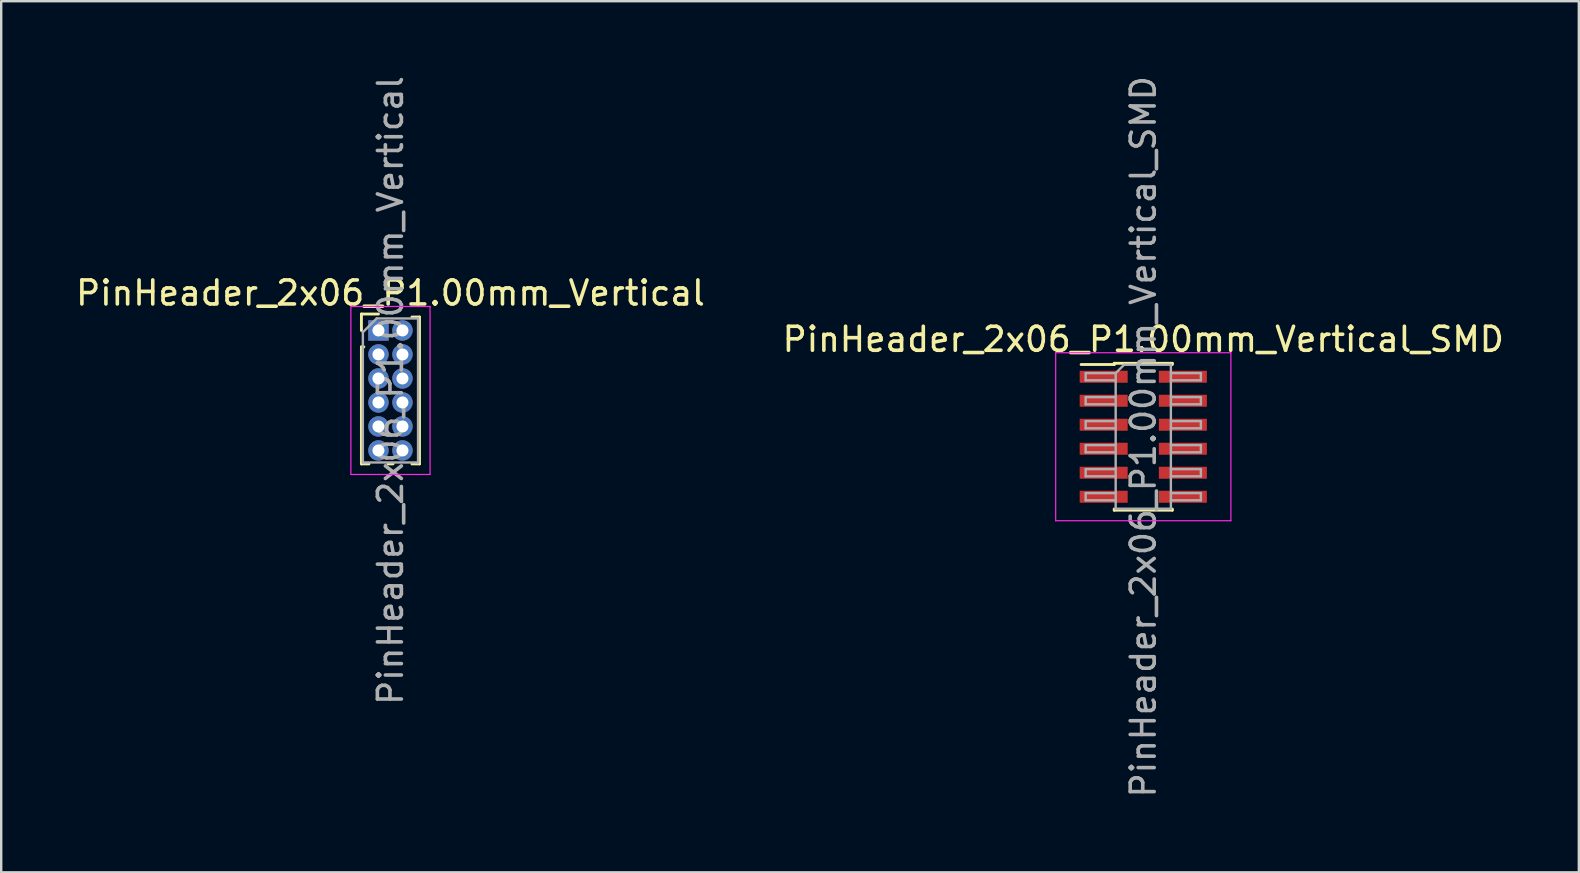
<source format=kicad_pcb>
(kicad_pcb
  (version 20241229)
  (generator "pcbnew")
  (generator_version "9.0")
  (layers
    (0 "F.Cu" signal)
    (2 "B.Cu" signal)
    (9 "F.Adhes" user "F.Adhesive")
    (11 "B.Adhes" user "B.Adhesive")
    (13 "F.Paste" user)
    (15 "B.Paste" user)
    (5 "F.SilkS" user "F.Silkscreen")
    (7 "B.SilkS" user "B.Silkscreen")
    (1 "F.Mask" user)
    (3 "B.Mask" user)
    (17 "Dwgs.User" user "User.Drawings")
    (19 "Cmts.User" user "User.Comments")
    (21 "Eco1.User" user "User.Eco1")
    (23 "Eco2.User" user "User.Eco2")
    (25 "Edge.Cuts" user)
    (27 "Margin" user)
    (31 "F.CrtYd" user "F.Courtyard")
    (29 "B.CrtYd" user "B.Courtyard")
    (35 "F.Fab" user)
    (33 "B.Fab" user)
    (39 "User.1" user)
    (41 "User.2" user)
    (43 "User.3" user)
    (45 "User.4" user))
  (footprint "PinHeader_2x06_P1.00mm_Vertical_SMD"
    (layer "F.Cu")
    (at 44.589 15.149)
    (property "Reference" "PinHeader_2x06_P1.00mm_Vertical_SMD" (at 0 -4.06 0) (layer "F.SilkS") (effects (font (size 1 1) (thickness 0.15))))
    (attr smd)
    (fp_line (start -2.59 -3.01) (end -1.21 -3.01) (stroke (width 0.12) (type solid)) (layer "F.SilkS"))
    (fp_line (start -1.21 -3.06) (end -1.21 -3.01) (stroke (width 0.12) (type solid)) (layer "F.SilkS"))
    (fp_line (start -1.21 -3.06) (end 1.21 -3.06) (stroke (width 0.12) (type solid)) (layer "F.SilkS"))
    (fp_line (start -1.21 3.01) (end -1.21 3.06) (stroke (width 0.12) (type solid)) (layer "F.SilkS"))
    (fp_line (start -1.21 3.06) (end 1.21 3.06) (stroke (width 0.12) (type solid)) (layer "F.SilkS"))
    (fp_line (start 1.21 -3.06) (end 1.21 -3.01) (stroke (width 0.12) (type solid)) (layer "F.SilkS"))
    (fp_line (start 1.21 3.01) (end 1.21 3.06) (stroke (width 0.12) (type solid)) (layer "F.SilkS"))
    (fp_line (start -3.65 -3.5) (end -3.65 3.5) (stroke (width 0.05) (type solid)) (layer "F.CrtYd"))
    (fp_line (start -3.65 3.5) (end 3.65 3.5) (stroke (width 0.05) (type solid)) (layer "F.CrtYd"))
    (fp_line (start 3.65 -3.5) (end -3.65 -3.5) (stroke (width 0.05) (type solid)) (layer "F.CrtYd"))
    (fp_line (start 3.65 3.5) (end 3.65 -3.5) (stroke (width 0.05) (type solid)) (layer "F.CrtYd"))
    (fp_line (start -2.4 -2.65) (end -2.4 -2.35) (stroke (width 0.1) (type solid)) (layer "F.Fab"))
    (fp_line (start -2.4 -2.35) (end -1.15 -2.35) (stroke (width 0.1) (type solid)) (layer "F.Fab"))
    (fp_line (start -2.4 -1.65) (end -2.4 -1.35) (stroke (width 0.1) (type solid)) (layer "F.Fab"))
    (fp_line (start -2.4 -1.35) (end -1.15 -1.35) (stroke (width 0.1) (type solid)) (layer "F.Fab"))
    (fp_line (start -2.4 -0.65) (end -2.4 -0.35) (stroke (width 0.1) (type solid)) (layer "F.Fab"))
    (fp_line (start -2.4 -0.35) (end -1.15 -0.35) (stroke (width 0.1) (type solid)) (layer "F.Fab"))
    (fp_line (start -2.4 0.35) (end -2.4 0.65) (stroke (width 0.1) (type solid)) (layer "F.Fab"))
    (fp_line (start -2.4 0.65) (end -1.15 0.65) (stroke (width 0.1) (type solid)) (layer "F.Fab"))
    (fp_line (start -2.4 1.35) (end -2.4 1.65) (stroke (width 0.1) (type solid)) (layer "F.Fab"))
    (fp_line (start -2.4 1.65) (end -1.15 1.65) (stroke (width 0.1) (type solid)) (layer "F.Fab"))
    (fp_line (start -2.4 2.35) (end -2.4 2.65) (stroke (width 0.1) (type solid)) (layer "F.Fab"))
    (fp_line (start -2.4 2.65) (end -1.15 2.65) (stroke (width 0.1) (type solid)) (layer "F.Fab"))
    (fp_line (start -1.15 -2.65) (end -2.4 -2.65) (stroke (width 0.1) (type solid)) (layer "F.Fab"))
    (fp_line (start -1.15 -2.65) (end -0.8 -3) (stroke (width 0.1) (type solid)) (layer "F.Fab"))
    (fp_line (start -1.15 -1.65) (end -2.4 -1.65) (stroke (width 0.1) (type solid)) (layer "F.Fab"))
    (fp_line (start -1.15 -0.65) (end -2.4 -0.65) (stroke (width 0.1) (type solid)) (layer "F.Fab"))
    (fp_line (start -1.15 0.35) (end -2.4 0.35) (stroke (width 0.1) (type solid)) (layer "F.Fab"))
    (fp_line (start -1.15 1.35) (end -2.4 1.35) (stroke (width 0.1) (type solid)) (layer "F.Fab"))
    (fp_line (start -1.15 2.35) (end -2.4 2.35) (stroke (width 0.1) (type solid)) (layer "F.Fab"))
    (fp_line (start -1.15 3) (end -1.15 -2.65) (stroke (width 0.1) (type solid)) (layer "F.Fab"))
    (fp_line (start -0.8 -3) (end 1.15 -3) (stroke (width 0.1) (type solid)) (layer "F.Fab"))
    (fp_line (start 1.15 -3) (end 1.15 3) (stroke (width 0.1) (type solid)) (layer "F.Fab"))
    (fp_line (start 1.15 -2.65) (end 2.4 -2.65) (stroke (width 0.1) (type solid)) (layer "F.Fab"))
    (fp_line (start 1.15 -1.65) (end 2.4 -1.65) (stroke (width 0.1) (type solid)) (layer "F.Fab"))
    (fp_line (start 1.15 -0.65) (end 2.4 -0.65) (stroke (width 0.1) (type solid)) (layer "F.Fab"))
    (fp_line (start 1.15 0.35) (end 2.4 0.35) (stroke (width 0.1) (type solid)) (layer "F.Fab"))
    (fp_line (start 1.15 1.35) (end 2.4 1.35) (stroke (width 0.1) (type solid)) (layer "F.Fab"))
    (fp_line (start 1.15 2.35) (end 2.4 2.35) (stroke (width 0.1) (type solid)) (layer "F.Fab"))
    (fp_line (start 1.15 3) (end -1.15 3) (stroke (width 0.1) (type solid)) (layer "F.Fab"))
    (fp_line (start 2.4 -2.65) (end 2.4 -2.35) (stroke (width 0.1) (type solid)) (layer "F.Fab"))
    (fp_line (start 2.4 -2.35) (end 1.15 -2.35) (stroke (width 0.1) (type solid)) (layer "F.Fab"))
    (fp_line (start 2.4 -1.65) (end 2.4 -1.35) (stroke (width 0.1) (type solid)) (layer "F.Fab"))
    (fp_line (start 2.4 -1.35) (end 1.15 -1.35) (stroke (width 0.1) (type solid)) (layer "F.Fab"))
    (fp_line (start 2.4 -0.65) (end 2.4 -0.35) (stroke (width 0.1) (type solid)) (layer "F.Fab"))
    (fp_line (start 2.4 -0.35) (end 1.15 -0.35) (stroke (width 0.1) (type solid)) (layer "F.Fab"))
    (fp_line (start 2.4 0.35) (end 2.4 0.65) (stroke (width 0.1) (type solid)) (layer "F.Fab"))
    (fp_line (start 2.4 0.65) (end 1.15 0.65) (stroke (width 0.1) (type solid)) (layer "F.Fab"))
    (fp_line (start 2.4 1.35) (end 2.4 1.65) (stroke (width 0.1) (type solid)) (layer "F.Fab"))
    (fp_line (start 2.4 1.65) (end 1.15 1.65) (stroke (width 0.1) (type solid)) (layer "F.Fab"))
    (fp_line (start 2.4 2.35) (end 2.4 2.65) (stroke (width 0.1) (type solid)) (layer "F.Fab"))
    (fp_line (start 2.4 2.65) (end 1.15 2.65) (stroke (width 0.1) (type solid)) (layer "F.Fab"))
    (fp_text user "${REFERENCE}" (at 0 0 90) (layer "F.Fab") (effects (font (size 1 1) (thickness 0.15))))
    (pad "1" smd rect (at -1.65 -2.5) (size 2 0.5) (layers "F.Cu" "F.Mask" "F.Paste"))
    (pad "2" smd rect (at 1.65 -2.5) (size 2 0.5) (layers "F.Cu" "F.Mask" "F.Paste"))
    (pad "3" smd rect (at -1.65 -1.5) (size 2 0.5) (layers "F.Cu" "F.Mask" "F.Paste"))
    (pad "4" smd rect (at 1.65 -1.5) (size 2 0.5) (layers "F.Cu" "F.Mask" "F.Paste"))
    (pad "5" smd rect (at -1.65 -0.5) (size 2 0.5) (layers "F.Cu" "F.Mask" "F.Paste"))
    (pad "6" smd rect (at 1.65 -0.5) (size 2 0.5) (layers "F.Cu" "F.Mask" "F.Paste"))
    (pad "7" smd rect (at -1.65 0.5) (size 2 0.5) (layers "F.Cu" "F.Mask" "F.Paste"))
    (pad "8" smd rect (at 1.65 0.5) (size 2 0.5) (layers "F.Cu" "F.Mask" "F.Paste"))
    (pad "9" smd rect (at -1.65 1.5) (size 2 0.5) (layers "F.Cu" "F.Mask" "F.Paste"))
    (pad "10" smd rect (at 1.65 1.5) (size 2 0.5) (layers "F.Cu" "F.Mask" "F.Paste"))
    (pad "11" smd rect (at -1.65 2.5) (size 2 0.5) (layers "F.Cu" "F.Mask" "F.Paste"))
    (pad "12" smd rect (at 1.65 2.5) (size 2 0.5) (layers "F.Cu" "F.Mask" "F.Paste")))
  (footprint "PinHeader_2x06_P1.00mm_Vertical"
    (layer "F.Cu")
    (at 12.72 10.72)
    (property "Reference" "PinHeader_2x06_P1.00mm_Vertical" (at 0.5 -1.56 0) (layer "F.SilkS") (effects (font (size 1 1) (thickness 0.15))))
    (attr through_hole)
    (fp_line (start -0.71 -0.685) (end 0 -0.685) (stroke (width 0.12) (type solid)) (layer "F.SilkS"))
    (fp_line (start -0.71 0) (end -0.71 -0.685) (stroke (width 0.12) (type solid)) (layer "F.SilkS"))
    (fp_line (start -0.71 0.685) (end -0.71 5.56) (stroke (width 0.12) (type solid)) (layer "F.SilkS"))
    (fp_line (start -0.71 0.685) (end -0.608 0.685) (stroke (width 0.12) (type solid)) (layer "F.SilkS"))
    (fp_line (start -0.71 5.56) (end -0.394 5.56) (stroke (width 0.12) (type solid)) (layer "F.SilkS"))
    (fp_line (start 0.394 5.56) (end 0.606 5.56) (stroke (width 0.12) (type solid)) (layer "F.SilkS"))
    (fp_line (start 1.394 -0.56) (end 1.71 -0.56) (stroke (width 0.12) (type solid)) (layer "F.SilkS"))
    (fp_line (start 1.394 5.56) (end 1.71 5.56) (stroke (width 0.12) (type solid)) (layer "F.SilkS"))
    (fp_line (start 1.71 -0.56) (end 1.71 5.56) (stroke (width 0.12) (type solid)) (layer "F.SilkS"))
    (fp_line (start -1.15 -1) (end -1.15 6) (stroke (width 0.05) (type solid)) (layer "F.CrtYd"))
    (fp_line (start -1.15 6) (end 2.15 6) (stroke (width 0.05) (type solid)) (layer "F.CrtYd"))
    (fp_line (start 2.15 -1) (end -1.15 -1) (stroke (width 0.05) (type solid)) (layer "F.CrtYd"))
    (fp_line (start 2.15 6) (end 2.15 -1) (stroke (width 0.05) (type solid)) (layer "F.CrtYd"))
    (fp_line (start -0.65 0.075) (end -0.075 -0.5) (stroke (width 0.1) (type solid)) (layer "F.Fab"))
    (fp_line (start -0.65 5.5) (end -0.65 0.075) (stroke (width 0.1) (type solid)) (layer "F.Fab"))
    (fp_line (start -0.075 -0.5) (end 1.65 -0.5) (stroke (width 0.1) (type solid)) (layer "F.Fab"))
    (fp_line (start 1.65 -0.5) (end 1.65 5.5) (stroke (width 0.1) (type solid)) (layer "F.Fab"))
    (fp_line (start 1.65 5.5) (end -0.65 5.5) (stroke (width 0.1) (type solid)) (layer "F.Fab"))
    (fp_text user "${REFERENCE}" (at 0.5 2.5 90) (layer "F.Fab") (effects (font (size 1 1) (thickness 0.15))))
    (pad "1" thru_hole rect (at 0 0) (size 0.85 0.85) (drill 0.5) (layers "*.Cu" "*.Mask"))
    (pad "2" thru_hole oval (at 1 0) (size 0.85 0.85) (drill 0.5) (layers "*.Cu" "*.Mask"))
    (pad "3" thru_hole oval (at 0 1) (size 0.85 0.85) (drill 0.5) (layers "*.Cu" "*.Mask"))
    (pad "4" thru_hole oval (at 1 1) (size 0.85 0.85) (drill 0.5) (layers "*.Cu" "*.Mask"))
    (pad "5" thru_hole oval (at 0 2) (size 0.85 0.85) (drill 0.5) (layers "*.Cu" "*.Mask"))
    (pad "6" thru_hole oval (at 1 2) (size 0.85 0.85) (drill 0.5) (layers "*.Cu" "*.Mask"))
    (pad "7" thru_hole oval (at 0 3) (size 0.85 0.85) (drill 0.5) (layers "*.Cu" "*.Mask"))
    (pad "8" thru_hole oval (at 1 3) (size 0.85 0.85) (drill 0.5) (layers "*.Cu" "*.Mask"))
    (pad "9" thru_hole oval (at 0 4) (size 0.85 0.85) (drill 0.5) (layers "*.Cu" "*.Mask"))
    (pad "10" thru_hole oval (at 1 4) (size 0.85 0.85) (drill 0.5) (layers "*.Cu" "*.Mask"))
    (pad "11" thru_hole oval (at 0 5) (size 0.85 0.85) (drill 0.5) (layers "*.Cu" "*.Mask"))
    (pad "12" thru_hole oval (at 1 5) (size 0.85 0.85) (drill 0.5) (layers "*.Cu" "*.Mask")))
  (gr_rect
    (start -3 -3)
    (end 62.738 33.298)
    (stroke (width 0.1) (type default))
    (fill no)
    (layer "Edge.Cuts")))
</source>
